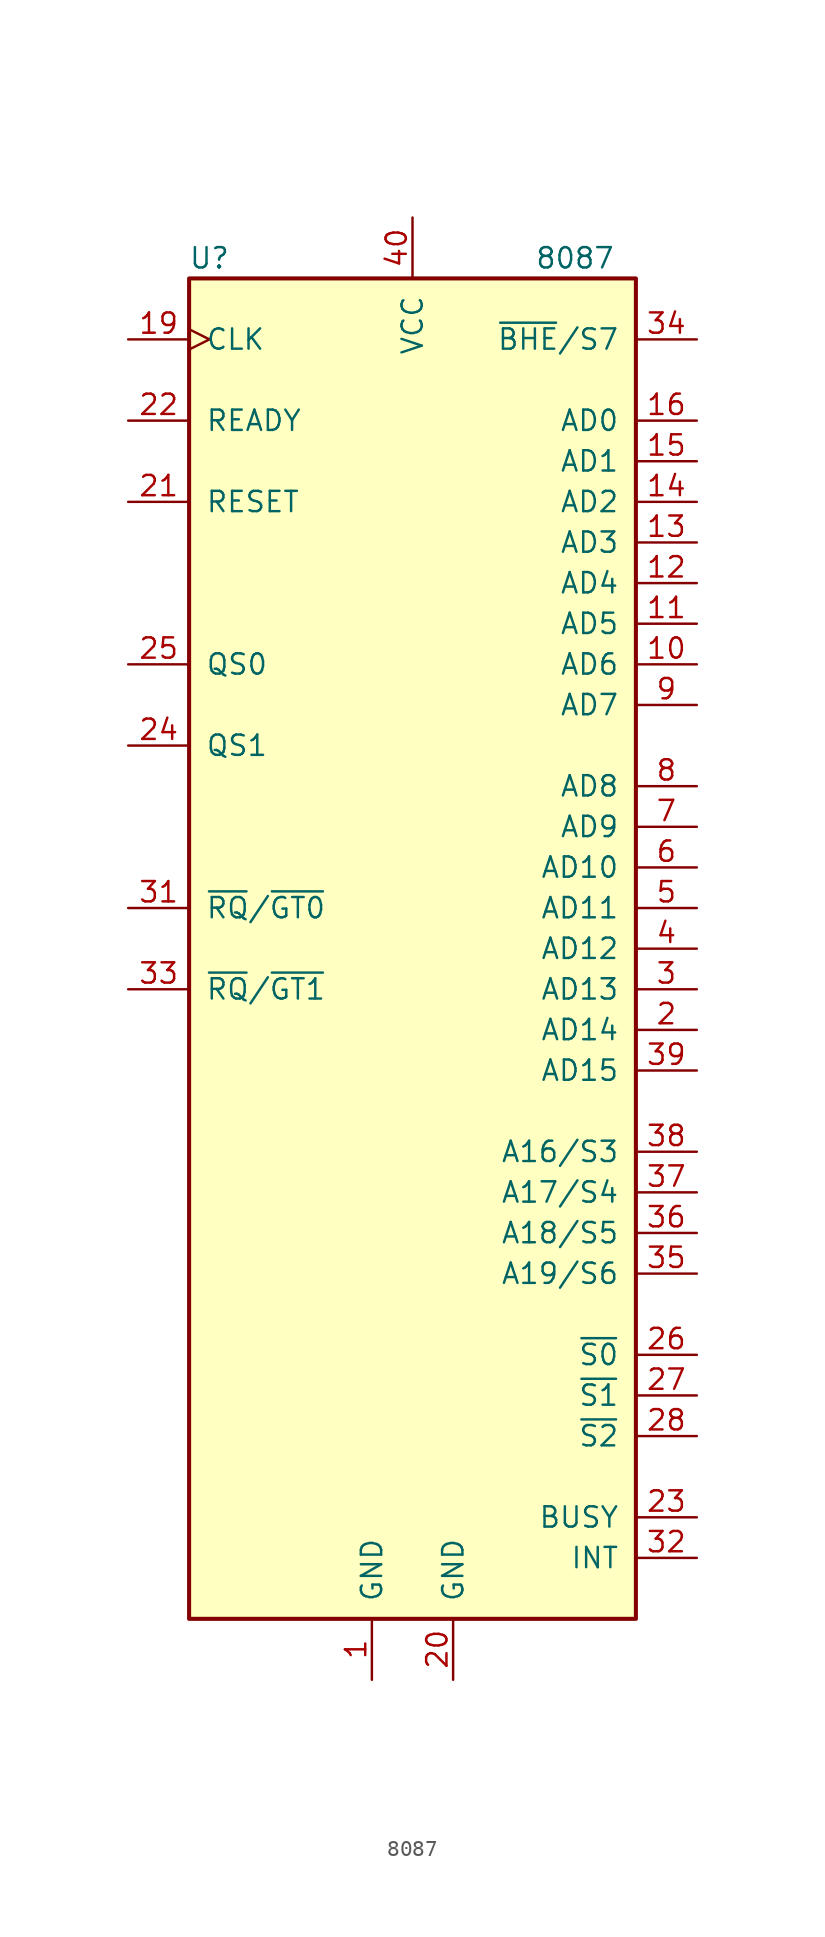
<source format=kicad_sym>
(kicad_symbol_lib
  (version 20211014)
  (generator kicad_symbol_editor)
  (symbol "8087"
    (pin_names
      (offset 1.016))
    (property "Reference" "U"
      (at -12.7 43.18 0)
      (effects (font (size 1.27 1.27))))
    (property "Value" "8087"
      (at 10.16 43.18 0)
      (effects (font (size 1.27 1.27))))
    (symbol "8087_0_1"
      (rectangle (start 13.97 -41.91) (end -13.97 41.91) (stroke (width 0.254) (type default) (color 0 0 0 0)) (fill (type background))))
    (symbol "8087_1_1"
      (pin power_in line (at -2.54 -45.72 90) (length 3.81) (name "GND" (effects (font (size 1.27 1.27)))) (number "1" (effects (font (size 1.27 1.27)))))
      (pin bidirectional line (at 17.78 17.78 180) (length 3.81) (name "AD6" (effects (font (size 1.27 1.27)))) (number "10" (effects (font (size 1.27 1.27)))))
      (pin bidirectional line (at 17.78 20.32 180) (length 3.81) (name "AD5" (effects (font (size 1.27 1.27)))) (number "11" (effects (font (size 1.27 1.27)))))
      (pin bidirectional line (at 17.78 22.86 180) (length 3.81) (name "AD4" (effects (font (size 1.27 1.27)))) (number "12" (effects (font (size 1.27 1.27)))))
      (pin bidirectional line (at 17.78 25.4 180) (length 3.81) (name "AD3" (effects (font (size 1.27 1.27)))) (number "13" (effects (font (size 1.27 1.27)))))
      (pin bidirectional line (at 17.78 27.94 180) (length 3.81) (name "AD2" (effects (font (size 1.27 1.27)))) (number "14" (effects (font (size 1.27 1.27)))))
      (pin bidirectional line (at 17.78 30.48 180) (length 3.81) (name "AD1" (effects (font (size 1.27 1.27)))) (number "15" (effects (font (size 1.27 1.27)))))
      (pin bidirectional line (at 17.78 33.02 180) (length 3.81) (name "AD0" (effects (font (size 1.27 1.27)))) (number "16" (effects (font (size 1.27 1.27)))))
      (pin no_connect line (at -17.78 -30.48 0) (length 3.81) hide (name "NC" (effects (font (size 1.27 1.27)))) (number "17" (effects (font (size 1.27 1.27)))))
      (pin no_connect line (at -17.78 -33.02 0) (length 3.81) hide (name "NC" (effects (font (size 1.27 1.27)))) (number "18" (effects (font (size 1.27 1.27)))))
      (pin input clock (at -17.78 38.1 0) (length 3.81) (name "CLK" (effects (font (size 1.27 1.27)))) (number "19" (effects (font (size 1.27 1.27)))))
      (pin bidirectional line (at 17.78 -5.08 180) (length 3.81) (name "AD14" (effects (font (size 1.27 1.27)))) (number "2" (effects (font (size 1.27 1.27)))))
      (pin power_in line (at 2.54 -45.72 90) (length 3.81) (name "GND" (effects (font (size 1.27 1.27)))) (number "20" (effects (font (size 1.27 1.27)))))
      (pin input line (at -17.78 27.94 0) (length 3.81) (name "RESET" (effects (font (size 1.27 1.27)))) (number "21" (effects (font (size 1.27 1.27)))))
      (pin input line (at -17.78 33.02 0) (length 3.81) (name "READY" (effects (font (size 1.27 1.27)))) (number "22" (effects (font (size 1.27 1.27)))))
      (pin output line (at 17.78 -35.56 180) (length 3.81) (name "BUSY" (effects (font (size 1.27 1.27)))) (number "23" (effects (font (size 1.27 1.27)))))
      (pin input line (at -17.78 12.7 0) (length 3.81) (name "QS1" (effects (font (size 1.27 1.27)))) (number "24" (effects (font (size 1.27 1.27)))))
      (pin input line (at -17.78 17.78 0) (length 3.81) (name "QS0" (effects (font (size 1.27 1.27)))) (number "25" (effects (font (size 1.27 1.27)))))
      (pin bidirectional line (at 17.78 -25.4 180) (length 3.81) (name "~{S0}" (effects (font (size 1.27 1.27)))) (number "26" (effects (font (size 1.27 1.27)))))
      (pin bidirectional line (at 17.78 -27.94 180) (length 3.81) (name "~{S1}" (effects (font (size 1.27 1.27)))) (number "27" (effects (font (size 1.27 1.27)))))
      (pin bidirectional line (at 17.78 -30.48 180) (length 3.81) (name "~{S2}" (effects (font (size 1.27 1.27)))) (number "28" (effects (font (size 1.27 1.27)))))
      (pin no_connect line (at -17.78 -35.56 0) (length 3.81) hide (name "NC" (effects (font (size 1.27 1.27)))) (number "29" (effects (font (size 1.27 1.27)))))
      (pin bidirectional line (at 17.78 -2.54 180) (length 3.81) (name "AD13" (effects (font (size 1.27 1.27)))) (number "3" (effects (font (size 1.27 1.27)))))
      (pin no_connect line (at -17.78 -38.1 0) (length 3.81) hide (name "NC" (effects (font (size 1.27 1.27)))) (number "30" (effects (font (size 1.27 1.27)))))
      (pin bidirectional line (at -17.78 2.54 0) (length 3.81) (name "~{RQ}/~{GT0}" (effects (font (size 1.27 1.27)))) (number "31" (effects (font (size 1.27 1.27)))))
      (pin output line (at 17.78 -38.1 180) (length 3.81) (name "INT" (effects (font (size 1.27 1.27)))) (number "32" (effects (font (size 1.27 1.27)))))
      (pin bidirectional line (at -17.78 -2.54 0) (length 3.81) (name "~{RQ}/~{GT1}" (effects (font (size 1.27 1.27)))) (number "33" (effects (font (size 1.27 1.27)))))
      (pin bidirectional line (at 17.78 38.1 180) (length 3.81) (name "~{BHE}/S7" (effects (font (size 1.27 1.27)))) (number "34" (effects (font (size 1.27 1.27)))))
      (pin bidirectional line (at 17.78 -20.32 180) (length 3.81) (name "A19/S6" (effects (font (size 1.27 1.27)))) (number "35" (effects (font (size 1.27 1.27)))))
      (pin bidirectional line (at 17.78 -17.78 180) (length 3.81) (name "A18/S5" (effects (font (size 1.27 1.27)))) (number "36" (effects (font (size 1.27 1.27)))))
      (pin bidirectional line (at 17.78 -15.24 180) (length 3.81) (name "A17/S4" (effects (font (size 1.27 1.27)))) (number "37" (effects (font (size 1.27 1.27)))))
      (pin bidirectional line (at 17.78 -12.7 180) (length 3.81) (name "A16/S3" (effects (font (size 1.27 1.27)))) (number "38" (effects (font (size 1.27 1.27)))))
      (pin bidirectional line (at 17.78 -7.62 180) (length 3.81) (name "AD15" (effects (font (size 1.27 1.27)))) (number "39" (effects (font (size 1.27 1.27)))))
      (pin bidirectional line (at 17.78 0 180) (length 3.81) (name "AD12" (effects (font (size 1.27 1.27)))) (number "4" (effects (font (size 1.27 1.27)))))
      (pin power_in line (at 0 45.72 270) (length 3.81) (name "VCC" (effects (font (size 1.27 1.27)))) (number "40" (effects (font (size 1.27 1.27)))))
      (pin bidirectional line (at 17.78 2.54 180) (length 3.81) (name "AD11" (effects (font (size 1.27 1.27)))) (number "5" (effects (font (size 1.27 1.27)))))
      (pin bidirectional line (at 17.78 5.08 180) (length 3.81) (name "AD10" (effects (font (size 1.27 1.27)))) (number "6" (effects (font (size 1.27 1.27)))))
      (pin bidirectional line (at 17.78 7.62 180) (length 3.81) (name "AD9" (effects (font (size 1.27 1.27)))) (number "7" (effects (font (size 1.27 1.27)))))
      (pin bidirectional line (at 17.78 10.16 180) (length 3.81) (name "AD8" (effects (font (size 1.27 1.27)))) (number "8" (effects (font (size 1.27 1.27)))))
      (pin bidirectional line (at 17.78 15.24 180) (length 3.81) (name "AD7" (effects (font (size 1.27 1.27)))) (number "9" (effects (font (size 1.27 1.27))))))))
</source>
